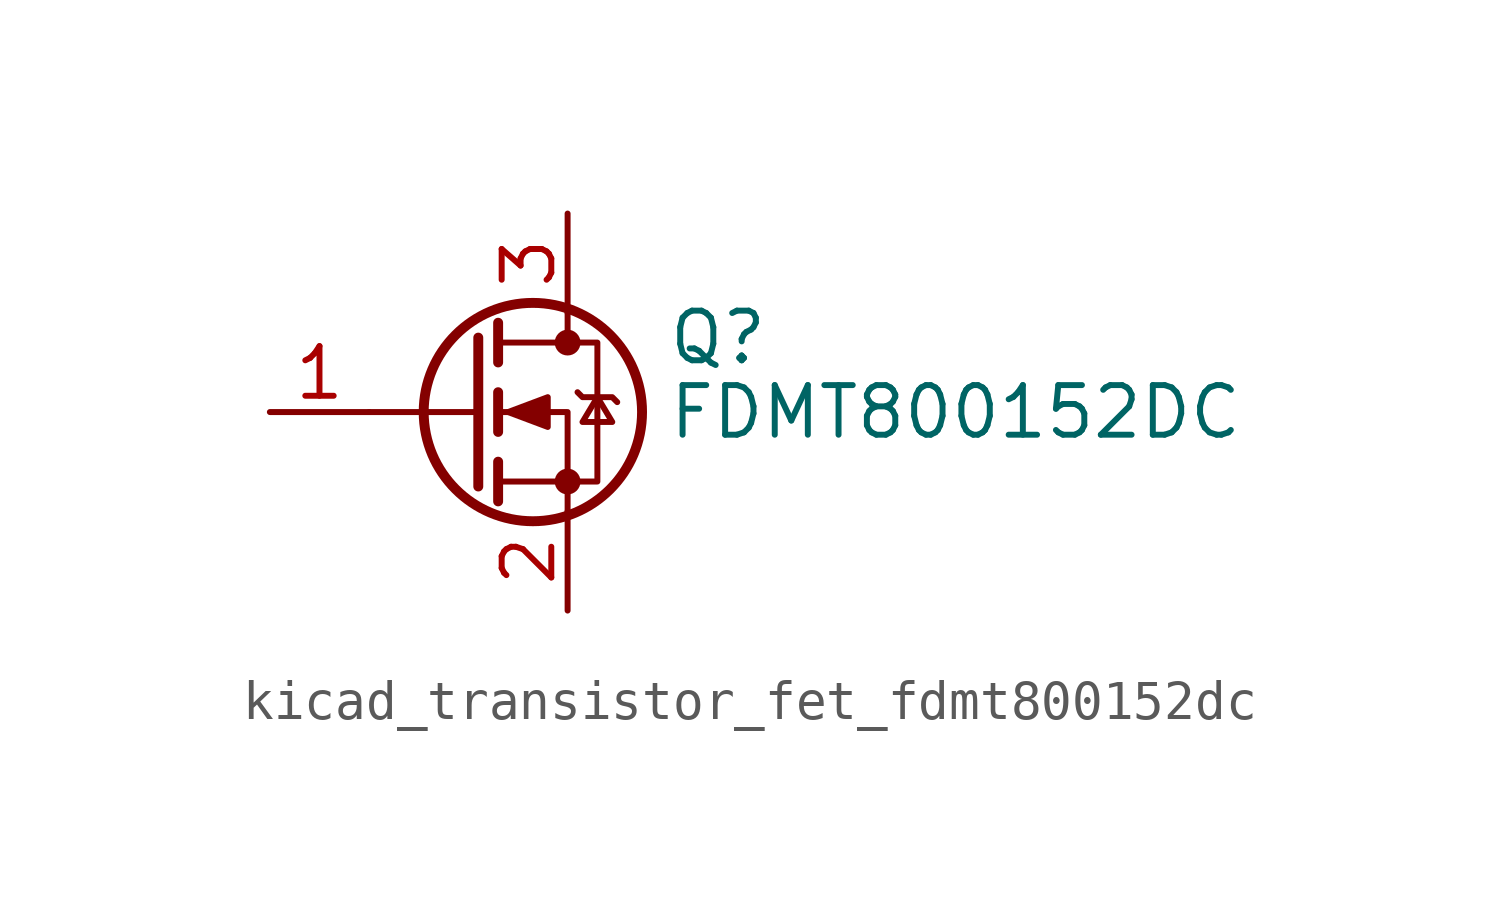
<source format=kicad_sym>
(kicad_symbol_lib
  (version 20220914)
  (generator kicad_symbol_editor)
  (symbol "kicad_transistor_fet_fdmt800152dc"
    (pin_names hide)
    (property "Reference" "Q"
      (at 5.08 1.905 0)
      (effects (font (size 1.27 1.27)) (justify left)))
    (property "Value" "FDMT800152DC"
      (at 5.08 0 0)
      (effects (font (size 1.27 1.27)) (justify left)))
    (symbol "kicad_transistor_fet_fdmt800152dc_0_1"
      (polyline (pts (xy 0.254 0) (xy -2.54 0)) (stroke (width 0) (type default)) (fill (type none)))
      (polyline (pts (xy 0.254 1.905) (xy 0.254 -1.905)) (stroke (width 0.254) (type default)) (fill (type none)))
      (polyline (pts (xy 0.762 -1.27) (xy 0.762 -2.286)) (stroke (width 0.254) (type default)) (fill (type none)))
      (polyline (pts (xy 0.762 0.508) (xy 0.762 -0.508)) (stroke (width 0.254) (type default)) (fill (type none)))
      (polyline (pts (xy 0.762 2.286) (xy 0.762 1.27)) (stroke (width 0.254) (type default)) (fill (type none)))
      (polyline (pts (xy 2.54 2.54) (xy 2.54 1.778)) (stroke (width 0) (type default)) (fill (type none)))
      (polyline (pts (xy 2.54 -2.54) (xy 2.54 0) (xy 0.762 0)) (stroke (width 0) (type default)) (fill (type none)))
      (polyline (pts (xy 0.762 -1.778) (xy 3.302 -1.778) (xy 3.302 1.778) (xy 0.762 1.778)) (stroke (width 0) (type default)) (fill (type none)))
      (polyline (pts (xy 1.016 0) (xy 2.032 0.381) (xy 2.032 -0.381) (xy 1.016 0)) (stroke (width 0) (type default)) (fill (type outline)))
      (polyline (pts (xy 2.794 0.508) (xy 2.921 0.381) (xy 3.683 0.381) (xy 3.81 0.254)) (stroke (width 0) (type default)) (fill (type none)))
      (polyline (pts (xy 3.302 0.381) (xy 2.921 -0.254) (xy 3.683 -0.254) (xy 3.302 0.381)) (stroke (width 0) (type default)) (fill (type none)))
      (circle (center 1.651 0) (radius 2.794) (stroke (width 0.254) (type default)) (fill (type none)))
      (circle (center 2.54 -1.778) (radius 0.254) (stroke (width 0) (type default)) (fill (type outline)))
      (circle (center 2.54 1.778) (radius 0.254) (stroke (width 0) (type default)) (fill (type outline))))
    (symbol "kicad_transistor_fet_fdmt800152dc_1_1"
      (pin passive line (at -5.08 0 0) (length 2.54) (name "G" (effects (font (size 1.27 1.27)))) (number "1" (effects (font (size 1.27 1.27)))))
      (pin passive line (at 2.54 -5.08 90) (length 2.54) (name "S" (effects (font (size 1.27 1.27)))) (number "2" (effects (font (size 1.27 1.27)))))
      (pin passive line (at 2.54 5.08 270) (length 2.54) (name "D" (effects (font (size 1.27 1.27)))) (number "3" (effects (font (size 1.27 1.27))))))))
</source>
